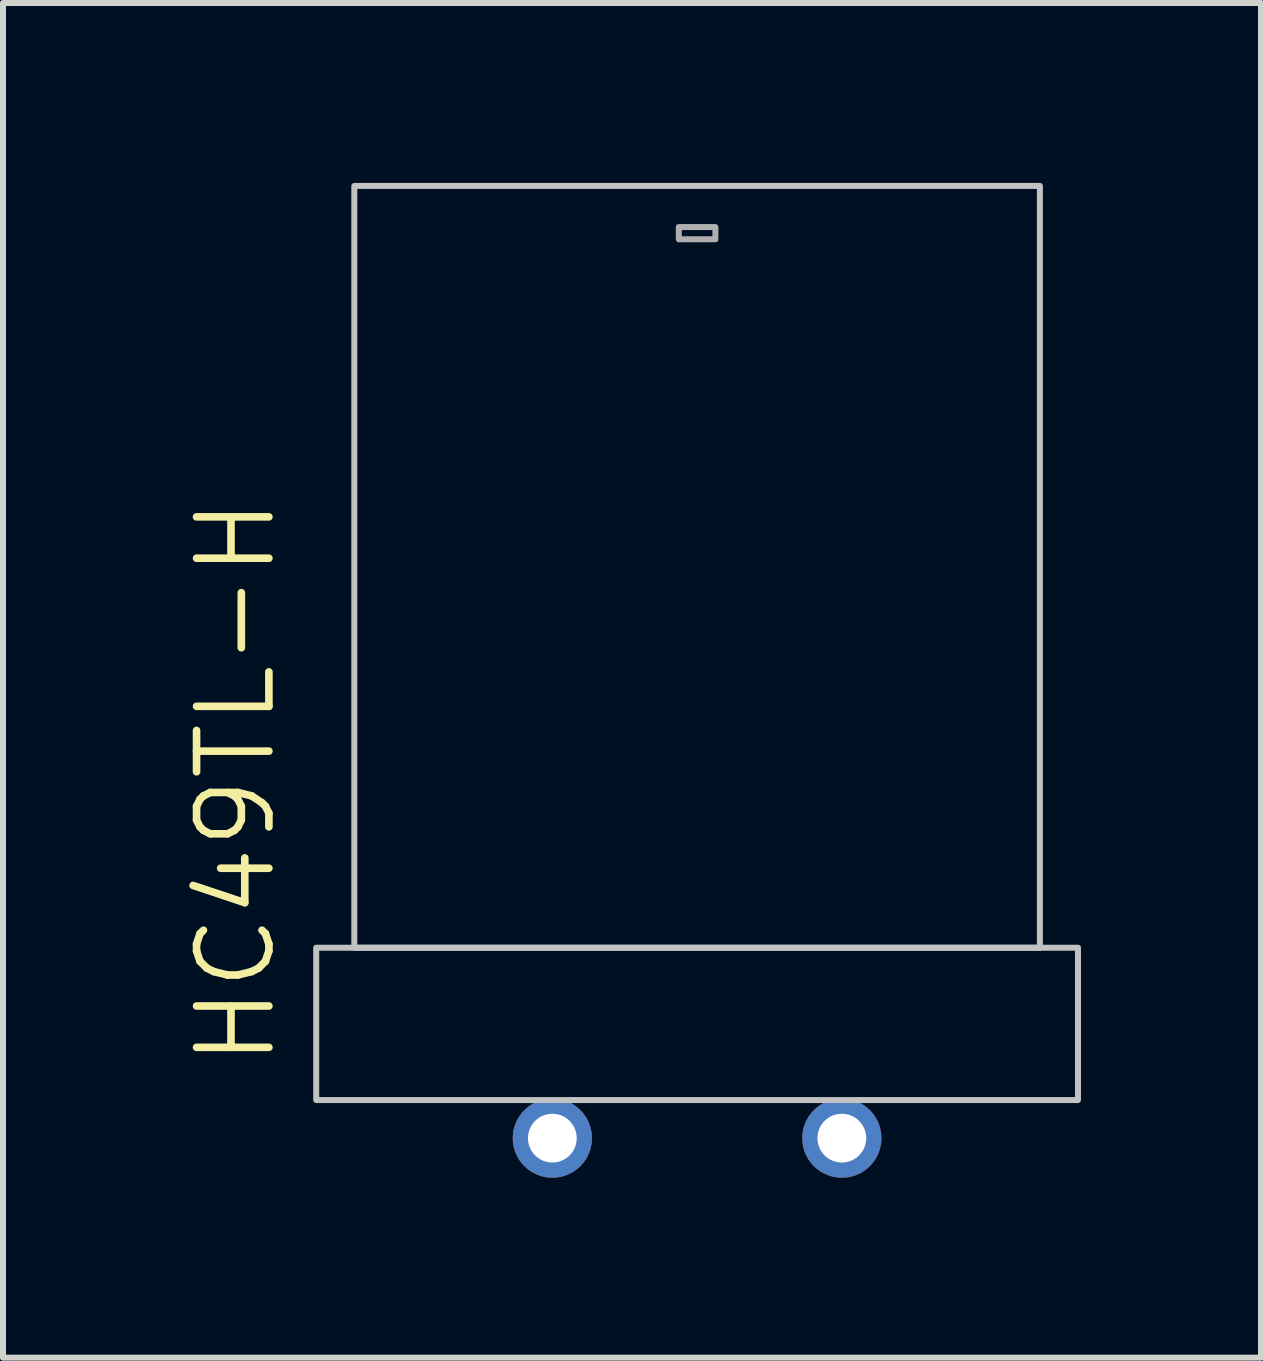
<source format=kicad_pcb>
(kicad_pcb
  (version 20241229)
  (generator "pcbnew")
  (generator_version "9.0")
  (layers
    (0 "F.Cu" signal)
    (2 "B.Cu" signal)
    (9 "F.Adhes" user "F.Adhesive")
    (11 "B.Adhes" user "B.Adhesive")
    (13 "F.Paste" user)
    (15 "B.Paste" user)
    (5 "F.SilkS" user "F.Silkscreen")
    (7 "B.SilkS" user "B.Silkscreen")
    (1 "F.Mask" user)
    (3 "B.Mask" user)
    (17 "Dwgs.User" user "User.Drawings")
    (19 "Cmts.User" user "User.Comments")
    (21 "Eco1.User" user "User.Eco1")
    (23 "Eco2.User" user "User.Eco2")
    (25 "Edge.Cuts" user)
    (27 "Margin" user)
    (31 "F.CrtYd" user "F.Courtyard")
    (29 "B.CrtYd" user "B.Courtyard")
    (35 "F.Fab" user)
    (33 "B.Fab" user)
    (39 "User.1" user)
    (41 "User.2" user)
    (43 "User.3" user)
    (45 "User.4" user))
  (footprint "HC49TL-H"
    (layer "F.Cu")
    (at 8.572 8.305)
    (property "Reference" "HC49TL-H" (at -6.985 6.477 90) (layer "F.SilkS") (effects (font (size 1.206 1.206) (thickness 0.127)) (justify left bottom)))
    (attr through_hole)
    (fp_poly (pts (xy -6.35 6.985) (xy 6.35 6.985) (xy 6.35 4.445) (xy -6.35 4.445)) (stroke (width 0.1) (type solid)) (fill no) (layer "Dwgs.User"))
    (fp_poly (pts (xy -5.715 4.445) (xy 5.715 4.445) (xy 5.715 -8.255) (xy -5.715 -8.255)) (stroke (width 0.1) (type solid)) (fill no) (layer "Dwgs.User"))
    (fp_poly (pts (xy -0.305 -7.366) (xy 0.305 -7.366) (xy 0.305 -7.569) (xy -0.305 -7.569)) (stroke (width 0.1) (type solid)) (fill no) (layer "F.Fab"))
    (pad "1" thru_hole circle (at -2.413 7.62) (size 1.321 1.321) (drill 0.813) (layers "*.Cu" "*.Mask"))
    (pad "2" thru_hole circle (at 2.413 7.62) (size 1.321 1.321) (drill 0.813) (layers "*.Cu" "*.Mask")))
  (gr_rect
    (start -3 -3)
    (end 17.973 19.585)
    (stroke (width 0.1) (type default))
    (fill no)
    (layer "Edge.Cuts")))
</source>
